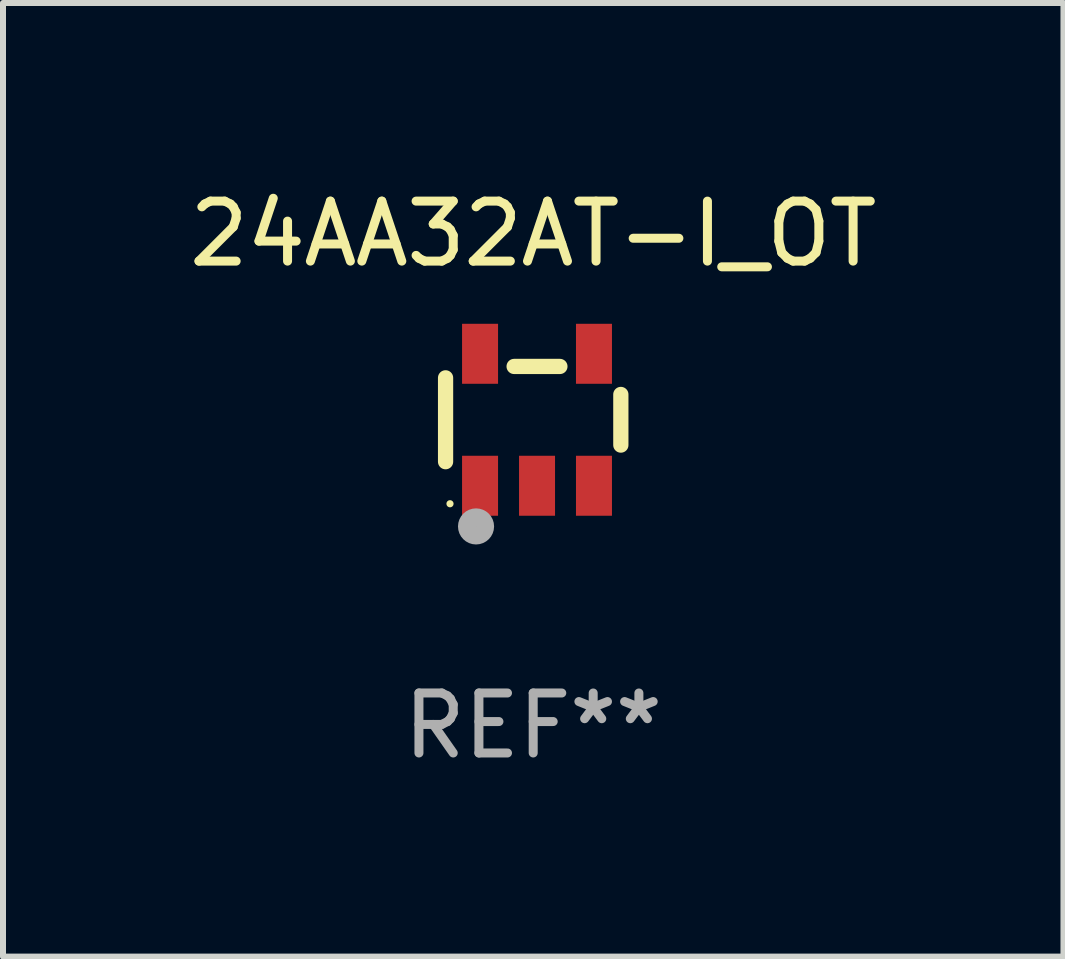
<source format=kicad_pcb>
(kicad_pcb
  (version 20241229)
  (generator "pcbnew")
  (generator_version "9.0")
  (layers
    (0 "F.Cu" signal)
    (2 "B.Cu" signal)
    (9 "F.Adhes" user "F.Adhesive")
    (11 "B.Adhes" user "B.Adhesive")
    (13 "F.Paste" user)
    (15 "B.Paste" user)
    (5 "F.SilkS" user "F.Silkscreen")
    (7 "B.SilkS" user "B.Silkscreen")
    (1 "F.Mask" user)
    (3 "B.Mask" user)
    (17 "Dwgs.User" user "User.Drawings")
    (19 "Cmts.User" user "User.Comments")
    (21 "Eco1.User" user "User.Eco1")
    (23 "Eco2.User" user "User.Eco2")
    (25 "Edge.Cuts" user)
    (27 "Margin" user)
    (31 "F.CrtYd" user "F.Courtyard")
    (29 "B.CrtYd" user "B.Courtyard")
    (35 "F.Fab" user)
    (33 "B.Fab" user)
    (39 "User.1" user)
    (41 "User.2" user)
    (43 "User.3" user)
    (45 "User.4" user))
  (footprint "24AA32AT-I_OT"
    (layer "F.Cu")
    (at 5.839 3.948)
    (property "Reference" "24AA32AT-I_OT" (at 0 -3.1 0) (layer "F.SilkS") (effects (font (size 1 1) (thickness 0.15))))
    (attr through_hole)
    (fp_line (start -1.461 -0.699) (end -1.461 0.699) (stroke (width 0.254) (type solid)) (layer "F.SilkS"))
    (fp_line (start -0.318 -0.889) (end 0.445 -0.889) (stroke (width 0.254) (type solid)) (layer "F.SilkS"))
    (fp_line (start 1.461 -0.422) (end 1.461 0.422) (stroke (width 0.254) (type solid)) (layer "F.SilkS"))
    (fp_circle (center -1.387 1.4) (end -1.357 1.4) (stroke (width 0.06) (type solid)) (fill no) (layer "F.SilkS"))
    (fp_circle (center -0.953 1.778) (end -0.802 1.778) (stroke (width 0.3) (type solid)) (fill no) (layer "F.Fab"))
    (fp_text user "REF**" (at 0 5.1 0) (layer "F.Fab") (effects (font (size 1 1) (thickness 0.15))))
    (pad "1" smd rect (at -0.886 1.1) (size 0.6 1) (layers "F.Cu" "F.Mask" "F.Paste"))
    (pad "2" smd rect (at 0.064 1.1) (size 0.6 1) (layers "F.Cu" "F.Mask" "F.Paste"))
    (pad "3" smd rect (at 1.013 1.1) (size 0.6 1) (layers "F.Cu" "F.Mask" "F.Paste"))
    (pad "4" smd rect (at 1.013 -1.1) (size 0.6 1) (layers "F.Cu" "F.Mask" "F.Paste"))
    (pad "5" smd rect (at -0.886 -1.1) (size 0.6 1) (layers "F.Cu" "F.Mask" "F.Paste")))
  (gr_rect
    (start -3 -3)
    (end 14.679 12.897)
    (stroke (width 0.1) (type default))
    (fill no)
    (layer "Edge.Cuts")))
</source>
